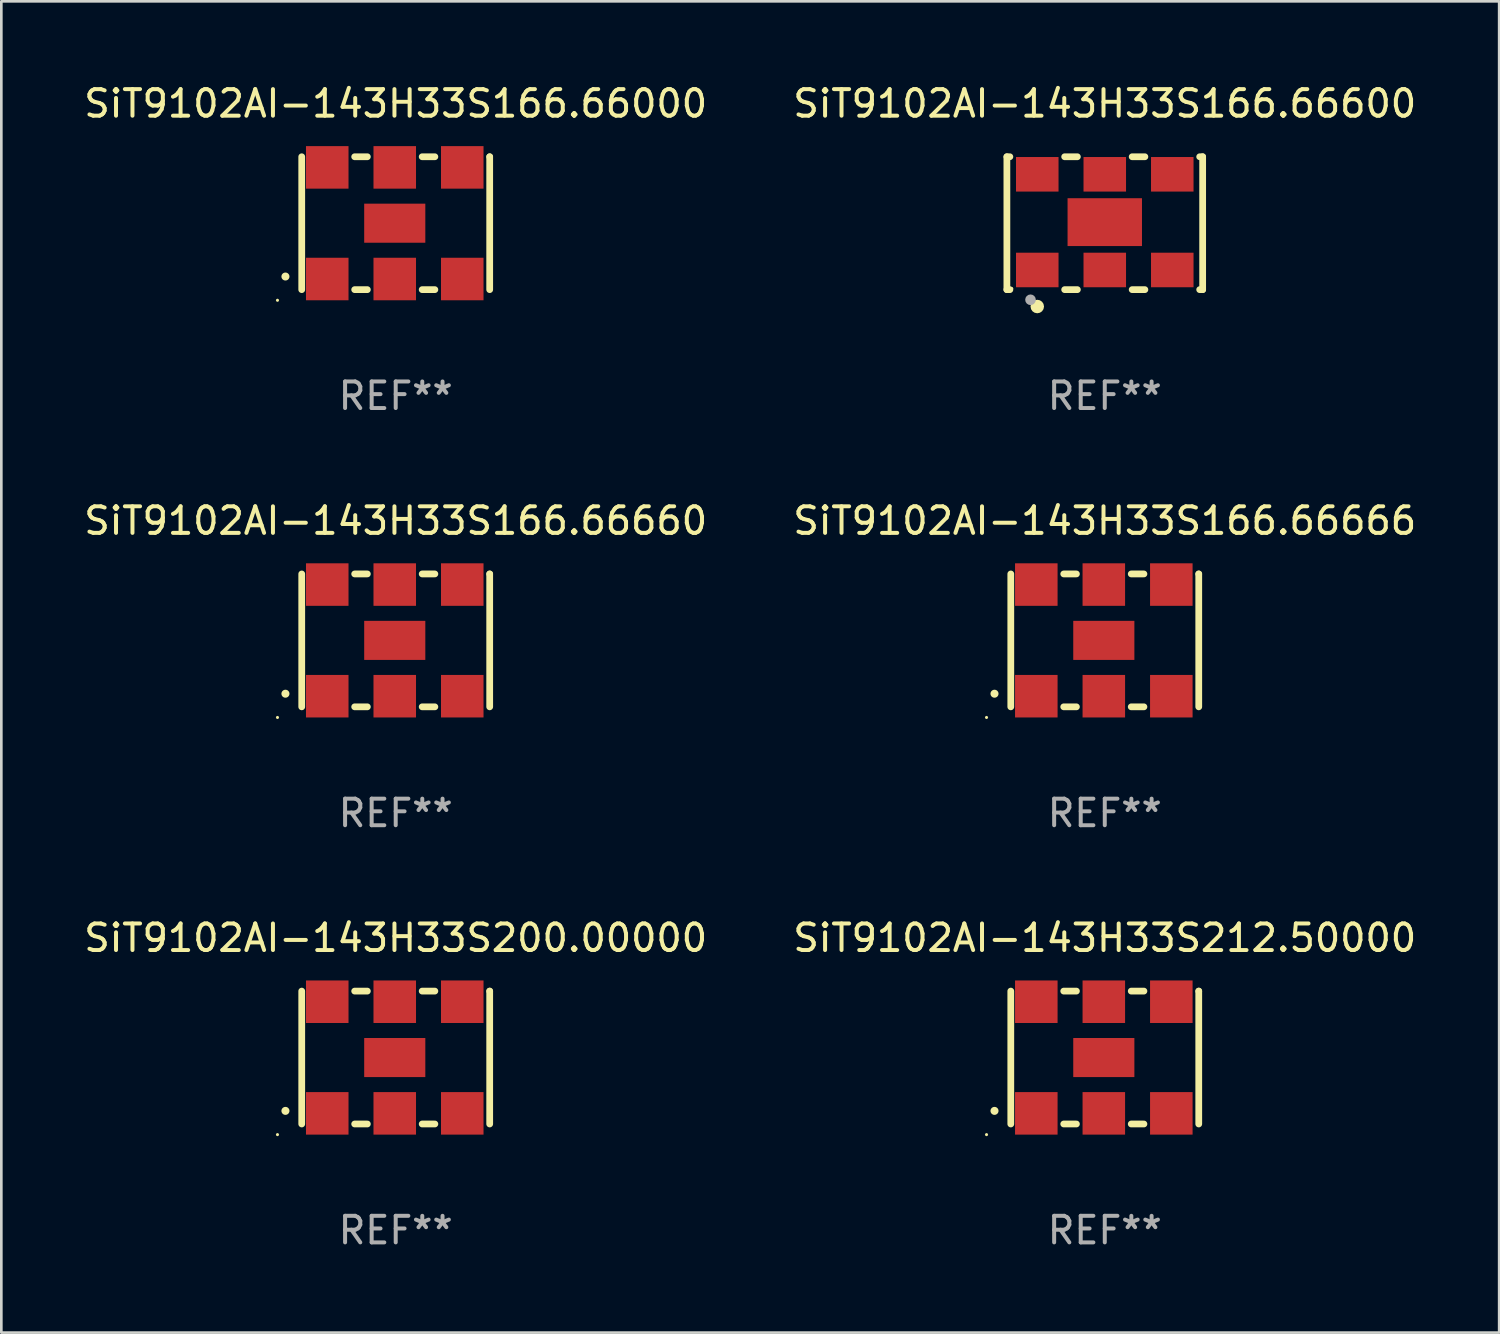
<source format=kicad_pcb>
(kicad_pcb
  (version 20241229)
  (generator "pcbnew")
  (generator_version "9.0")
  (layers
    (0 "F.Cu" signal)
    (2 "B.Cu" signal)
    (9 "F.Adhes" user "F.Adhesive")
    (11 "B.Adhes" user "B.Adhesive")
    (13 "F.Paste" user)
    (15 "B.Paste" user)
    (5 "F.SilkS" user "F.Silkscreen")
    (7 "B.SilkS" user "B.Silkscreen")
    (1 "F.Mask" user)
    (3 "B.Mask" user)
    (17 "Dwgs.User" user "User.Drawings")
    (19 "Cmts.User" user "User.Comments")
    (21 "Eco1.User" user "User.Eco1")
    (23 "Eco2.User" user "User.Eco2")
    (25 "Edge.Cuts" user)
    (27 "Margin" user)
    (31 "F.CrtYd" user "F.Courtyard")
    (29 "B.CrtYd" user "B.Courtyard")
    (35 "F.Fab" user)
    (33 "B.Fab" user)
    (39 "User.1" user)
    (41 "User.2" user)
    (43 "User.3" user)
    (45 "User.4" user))
  (footprint "SiT9102AI-143H33S212.50000"
    (layer "F.Cu")
    (at 38.518 36.741)
    (property "Reference" "SiT9102AI-143H33S212.50000" (at 0 -4.5 0) (layer "F.SilkS") (effects (font (size 1 1) (thickness 0.15))))
    (attr through_hole)
    (fp_line (start -3.536 -2.5) (end -3.536 2.5) (stroke (width 0.254) (type solid)) (layer "F.SilkS"))
    (fp_line (start -1.544 2.5) (end -1.067 2.5) (stroke (width 0.254) (type solid)) (layer "F.SilkS"))
    (fp_line (start -1.067 -2.5) (end -1.544 -2.5) (stroke (width 0.254) (type solid)) (layer "F.SilkS"))
    (fp_line (start 0.996 2.5) (end 1.473 2.5) (stroke (width 0.254) (type solid)) (layer "F.SilkS"))
    (fp_line (start 1.473 -2.5) (end 0.996 -2.5) (stroke (width 0.254) (type solid)) (layer "F.SilkS"))
    (fp_line (start 3.536 -2.5) (end 3.536 -2.5) (stroke (width 0.254) (type solid)) (layer "F.SilkS"))
    (fp_line (start 3.536 2.5) (end 3.536 -2.5) (stroke (width 0.254) (type solid)) (layer "F.SilkS"))
    (fp_arc (start -4.150432 2.006604) (mid -4.149162 2.006599) (end -4.147892 2.006604) (stroke (width 0.3) (type solid)) (layer "F.SilkS"))
    (fp_circle (center -4.449 2.9) (end -4.419 2.9) (stroke (width 0.06) (type solid)) (fill no) (layer "F.SilkS"))
    (fp_text user "REF**" (at 0 6.5 0) (layer "F.Fab") (effects (font (size 1 1) (thickness 0.15))))
    (pad "1" smd rect (at -2.576 2.1) (size 1.6 1.6) (layers "F.Cu" "F.Mask" "F.Paste"))
    (pad "2" smd rect (at -0.036 2.1) (size 1.6 1.6) (layers "F.Cu" "F.Mask" "F.Paste"))
    (pad "3" smd rect (at 2.504 2.1) (size 1.6 1.6) (layers "F.Cu" "F.Mask" "F.Paste"))
    (pad "4" smd rect (at 2.504 -2.1) (size 1.6 1.6) (layers "F.Cu" "F.Mask" "F.Paste"))
    (pad "5" smd rect (at -0.036 -2.1) (size 1.6 1.6) (layers "F.Cu" "F.Mask" "F.Paste"))
    (pad "6" smd rect (at -2.576 -2.1) (size 1.6 1.6) (layers "F.Cu" "F.Mask" "F.Paste"))
    (pad "7" smd rect (at -0.036 0) (size 2.3 1.47) (layers "F.Cu" "F.Mask" "F.Paste")))
  (footprint "SiT9102AI-143H33S166.66000"
    (layer "F.Cu")
    (at 11.839 5.348)
    (property "Reference" "SiT9102AI-143H33S166.66000" (at 0 -4.5 0) (layer "F.SilkS") (effects (font (size 1 1) (thickness 0.15))))
    (attr through_hole)
    (fp_line (start -3.536 -2.5) (end -3.536 2.5) (stroke (width 0.254) (type solid)) (layer "F.SilkS"))
    (fp_line (start -1.544 2.5) (end -1.067 2.5) (stroke (width 0.254) (type solid)) (layer "F.SilkS"))
    (fp_line (start -1.067 -2.5) (end -1.544 -2.5) (stroke (width 0.254) (type solid)) (layer "F.SilkS"))
    (fp_line (start 0.996 2.5) (end 1.473 2.5) (stroke (width 0.254) (type solid)) (layer "F.SilkS"))
    (fp_line (start 1.473 -2.5) (end 0.996 -2.5) (stroke (width 0.254) (type solid)) (layer "F.SilkS"))
    (fp_line (start 3.536 -2.5) (end 3.536 -2.5) (stroke (width 0.254) (type solid)) (layer "F.SilkS"))
    (fp_line (start 3.536 2.5) (end 3.536 -2.5) (stroke (width 0.254) (type solid)) (layer "F.SilkS"))
    (fp_arc (start -4.150432 2.006604) (mid -4.149162 2.006599) (end -4.147892 2.006604) (stroke (width 0.3) (type solid)) (layer "F.SilkS"))
    (fp_circle (center -4.449 2.9) (end -4.419 2.9) (stroke (width 0.06) (type solid)) (fill no) (layer "F.SilkS"))
    (fp_text user "REF**" (at 0 6.5 0) (layer "F.Fab") (effects (font (size 1 1) (thickness 0.15))))
    (pad "1" smd rect (at -2.576 2.1) (size 1.6 1.6) (layers "F.Cu" "F.Mask" "F.Paste"))
    (pad "2" smd rect (at -0.036 2.1) (size 1.6 1.6) (layers "F.Cu" "F.Mask" "F.Paste"))
    (pad "3" smd rect (at 2.504 2.1) (size 1.6 1.6) (layers "F.Cu" "F.Mask" "F.Paste"))
    (pad "4" smd rect (at 2.504 -2.1) (size 1.6 1.6) (layers "F.Cu" "F.Mask" "F.Paste"))
    (pad "5" smd rect (at -0.036 -2.1) (size 1.6 1.6) (layers "F.Cu" "F.Mask" "F.Paste"))
    (pad "6" smd rect (at -2.576 -2.1) (size 1.6 1.6) (layers "F.Cu" "F.Mask" "F.Paste"))
    (pad "7" smd rect (at -0.036 0) (size 2.3 1.47) (layers "F.Cu" "F.Mask" "F.Paste")))
  (footprint "SiT9102AI-143H33S166.66666"
    (layer "F.Cu")
    (at 38.518 21.045)
    (property "Reference" "SiT9102AI-143H33S166.66666" (at 0 -4.5 0) (layer "F.SilkS") (effects (font (size 1 1) (thickness 0.15))))
    (attr through_hole)
    (fp_line (start -3.536 -2.5) (end -3.536 2.5) (stroke (width 0.254) (type solid)) (layer "F.SilkS"))
    (fp_line (start -1.544 2.5) (end -1.067 2.5) (stroke (width 0.254) (type solid)) (layer "F.SilkS"))
    (fp_line (start -1.067 -2.5) (end -1.544 -2.5) (stroke (width 0.254) (type solid)) (layer "F.SilkS"))
    (fp_line (start 0.996 2.5) (end 1.473 2.5) (stroke (width 0.254) (type solid)) (layer "F.SilkS"))
    (fp_line (start 1.473 -2.5) (end 0.996 -2.5) (stroke (width 0.254) (type solid)) (layer "F.SilkS"))
    (fp_line (start 3.536 -2.5) (end 3.536 -2.5) (stroke (width 0.254) (type solid)) (layer "F.SilkS"))
    (fp_line (start 3.536 2.5) (end 3.536 -2.5) (stroke (width 0.254) (type solid)) (layer "F.SilkS"))
    (fp_arc (start -4.150432 2.006604) (mid -4.149162 2.006599) (end -4.147892 2.006604) (stroke (width 0.3) (type solid)) (layer "F.SilkS"))
    (fp_circle (center -4.449 2.9) (end -4.419 2.9) (stroke (width 0.06) (type solid)) (fill no) (layer "F.SilkS"))
    (fp_text user "REF**" (at 0 6.5 0) (layer "F.Fab") (effects (font (size 1 1) (thickness 0.15))))
    (pad "1" smd rect (at -2.576 2.1) (size 1.6 1.6) (layers "F.Cu" "F.Mask" "F.Paste"))
    (pad "2" smd rect (at -0.036 2.1) (size 1.6 1.6) (layers "F.Cu" "F.Mask" "F.Paste"))
    (pad "3" smd rect (at 2.504 2.1) (size 1.6 1.6) (layers "F.Cu" "F.Mask" "F.Paste"))
    (pad "4" smd rect (at 2.504 -2.1) (size 1.6 1.6) (layers "F.Cu" "F.Mask" "F.Paste"))
    (pad "5" smd rect (at -0.036 -2.1) (size 1.6 1.6) (layers "F.Cu" "F.Mask" "F.Paste"))
    (pad "6" smd rect (at -2.576 -2.1) (size 1.6 1.6) (layers "F.Cu" "F.Mask" "F.Paste"))
    (pad "7" smd rect (at -0.036 0) (size 2.3 1.47) (layers "F.Cu" "F.Mask" "F.Paste")))
  (footprint "SiT9102AI-143H33S166.66660"
    (layer "F.Cu")
    (at 11.839 21.045)
    (property "Reference" "SiT9102AI-143H33S166.66660" (at 0 -4.5 0) (layer "F.SilkS") (effects (font (size 1 1) (thickness 0.15))))
    (attr through_hole)
    (fp_line (start -3.536 -2.5) (end -3.536 2.5) (stroke (width 0.254) (type solid)) (layer "F.SilkS"))
    (fp_line (start -1.544 2.5) (end -1.067 2.5) (stroke (width 0.254) (type solid)) (layer "F.SilkS"))
    (fp_line (start -1.067 -2.5) (end -1.544 -2.5) (stroke (width 0.254) (type solid)) (layer "F.SilkS"))
    (fp_line (start 0.996 2.5) (end 1.473 2.5) (stroke (width 0.254) (type solid)) (layer "F.SilkS"))
    (fp_line (start 1.473 -2.5) (end 0.996 -2.5) (stroke (width 0.254) (type solid)) (layer "F.SilkS"))
    (fp_line (start 3.536 -2.5) (end 3.536 -2.5) (stroke (width 0.254) (type solid)) (layer "F.SilkS"))
    (fp_line (start 3.536 2.5) (end 3.536 -2.5) (stroke (width 0.254) (type solid)) (layer "F.SilkS"))
    (fp_arc (start -4.150432 2.006604) (mid -4.149162 2.006599) (end -4.147892 2.006604) (stroke (width 0.3) (type solid)) (layer "F.SilkS"))
    (fp_circle (center -4.449 2.9) (end -4.419 2.9) (stroke (width 0.06) (type solid)) (fill no) (layer "F.SilkS"))
    (fp_text user "REF**" (at 0 6.5 0) (layer "F.Fab") (effects (font (size 1 1) (thickness 0.15))))
    (pad "1" smd rect (at -2.576 2.1) (size 1.6 1.6) (layers "F.Cu" "F.Mask" "F.Paste"))
    (pad "2" smd rect (at -0.036 2.1) (size 1.6 1.6) (layers "F.Cu" "F.Mask" "F.Paste"))
    (pad "3" smd rect (at 2.504 2.1) (size 1.6 1.6) (layers "F.Cu" "F.Mask" "F.Paste"))
    (pad "4" smd rect (at 2.504 -2.1) (size 1.6 1.6) (layers "F.Cu" "F.Mask" "F.Paste"))
    (pad "5" smd rect (at -0.036 -2.1) (size 1.6 1.6) (layers "F.Cu" "F.Mask" "F.Paste"))
    (pad "6" smd rect (at -2.576 -2.1) (size 1.6 1.6) (layers "F.Cu" "F.Mask" "F.Paste"))
    (pad "7" smd rect (at -0.036 0) (size 2.3 1.47) (layers "F.Cu" "F.Mask" "F.Paste")))
  (footprint "SiT9102AI-143H33S200.00000"
    (layer "F.Cu")
    (at 11.839 36.741)
    (property "Reference" "SiT9102AI-143H33S200.00000" (at 0 -4.5 0) (layer "F.SilkS") (effects (font (size 1 1) (thickness 0.15))))
    (attr through_hole)
    (fp_line (start -3.536 -2.5) (end -3.536 2.5) (stroke (width 0.254) (type solid)) (layer "F.SilkS"))
    (fp_line (start -1.544 2.5) (end -1.067 2.5) (stroke (width 0.254) (type solid)) (layer "F.SilkS"))
    (fp_line (start -1.067 -2.5) (end -1.544 -2.5) (stroke (width 0.254) (type solid)) (layer "F.SilkS"))
    (fp_line (start 0.996 2.5) (end 1.473 2.5) (stroke (width 0.254) (type solid)) (layer "F.SilkS"))
    (fp_line (start 1.473 -2.5) (end 0.996 -2.5) (stroke (width 0.254) (type solid)) (layer "F.SilkS"))
    (fp_line (start 3.536 -2.5) (end 3.536 -2.5) (stroke (width 0.254) (type solid)) (layer "F.SilkS"))
    (fp_line (start 3.536 2.5) (end 3.536 -2.5) (stroke (width 0.254) (type solid)) (layer "F.SilkS"))
    (fp_arc (start -4.150432 2.006604) (mid -4.149162 2.006599) (end -4.147892 2.006604) (stroke (width 0.3) (type solid)) (layer "F.SilkS"))
    (fp_circle (center -4.449 2.9) (end -4.419 2.9) (stroke (width 0.06) (type solid)) (fill no) (layer "F.SilkS"))
    (fp_text user "REF**" (at 0 6.5 0) (layer "F.Fab") (effects (font (size 1 1) (thickness 0.15))))
    (pad "1" smd rect (at -2.576 2.1) (size 1.6 1.6) (layers "F.Cu" "F.Mask" "F.Paste"))
    (pad "2" smd rect (at -0.036 2.1) (size 1.6 1.6) (layers "F.Cu" "F.Mask" "F.Paste"))
    (pad "3" smd rect (at 2.504 2.1) (size 1.6 1.6) (layers "F.Cu" "F.Mask" "F.Paste"))
    (pad "4" smd rect (at 2.504 -2.1) (size 1.6 1.6) (layers "F.Cu" "F.Mask" "F.Paste"))
    (pad "5" smd rect (at -0.036 -2.1) (size 1.6 1.6) (layers "F.Cu" "F.Mask" "F.Paste"))
    (pad "6" smd rect (at -2.576 -2.1) (size 1.6 1.6) (layers "F.Cu" "F.Mask" "F.Paste"))
    (pad "7" smd rect (at -0.036 0) (size 2.3 1.47) (layers "F.Cu" "F.Mask" "F.Paste")))
  (footprint "SiT9102AI-143H33S166.66600"
    (layer "F.Cu")
    (at 38.518 5.348)
    (property "Reference" "SiT9102AI-143H33S166.66600" (at 0 -4.5 0) (layer "F.SilkS") (effects (font (size 1 1) (thickness 0.15))))
    (attr through_hole)
    (fp_line (start -3.683 -2.5) (end -3.571 -2.5) (stroke (width 0.254) (type solid)) (layer "F.SilkS"))
    (fp_line (start -3.683 2.5) (end -3.683 -2.5) (stroke (width 0.254) (type solid)) (layer "F.SilkS"))
    (fp_line (start -3.683 2.5) (end -3.571 2.5) (stroke (width 0.254) (type solid)) (layer "F.SilkS"))
    (fp_line (start -1.509 -2.5) (end -1.031 -2.5) (stroke (width 0.254) (type solid)) (layer "F.SilkS"))
    (fp_line (start -1.509 2.5) (end -1.031 2.5) (stroke (width 0.254) (type solid)) (layer "F.SilkS"))
    (fp_line (start 1.031 -2.5) (end 1.509 -2.5) (stroke (width 0.254) (type solid)) (layer "F.SilkS"))
    (fp_line (start 1.031 2.5) (end 1.509 2.5) (stroke (width 0.254) (type solid)) (layer "F.SilkS"))
    (fp_line (start 3.571 -2.5) (end 3.683 -2.5) (stroke (width 0.254) (type solid)) (layer "F.SilkS"))
    (fp_line (start 3.571 2.5) (end 3.683 2.5) (stroke (width 0.254) (type solid)) (layer "F.SilkS"))
    (fp_line (start 3.683 2.5) (end 3.683 -2.5) (stroke (width 0.254) (type solid)) (layer "F.SilkS"))
    (fp_circle (center -3.5 2.46) (end -3.47 2.46) (stroke (width 0.06) (type solid)) (fill no) (layer "F.SilkS"))
    (fp_circle (center -2.54 3.135) (end -2.413 3.135) (stroke (width 0.254) (type solid)) (fill no) (layer "F.SilkS"))
    (fp_circle (center -2.794 2.881) (end -2.694 2.881) (stroke (width 0.2) (type solid)) (fill no) (layer "F.Fab"))
    (fp_text user "REF**" (at 0 6.5 0) (layer "F.Fab") (effects (font (size 1 1) (thickness 0.15))))
    (pad "1" smd rect (at -2.54 1.76) (size 1.6 1.3) (layers "F.Cu" "F.Mask" "F.Paste"))
    (pad "2" smd rect (at 0 1.76) (size 1.6 1.3) (layers "F.Cu" "F.Mask" "F.Paste"))
    (pad "3" smd rect (at 2.54 1.76) (size 1.6 1.3) (layers "F.Cu" "F.Mask" "F.Paste"))
    (pad "4" smd rect (at 2.54 -1.84) (size 1.6 1.3) (layers "F.Cu" "F.Mask" "F.Paste"))
    (pad "5" smd rect (at 0 -1.84) (size 1.6 1.3) (layers "F.Cu" "F.Mask" "F.Paste"))
    (pad "6" smd rect (at -2.54 -1.84) (size 1.6 1.3) (layers "F.Cu" "F.Mask" "F.Paste"))
    (pad "7" smd rect (at 0 -0.04) (size 2.8 1.8) (layers "F.Cu" "F.Mask" "F.Paste")))
  (gr_rect
    (start -3 -3)
    (end 53.357 47.09)
    (stroke (width 0.1) (type default))
    (fill no)
    (layer "Edge.Cuts")))
</source>
